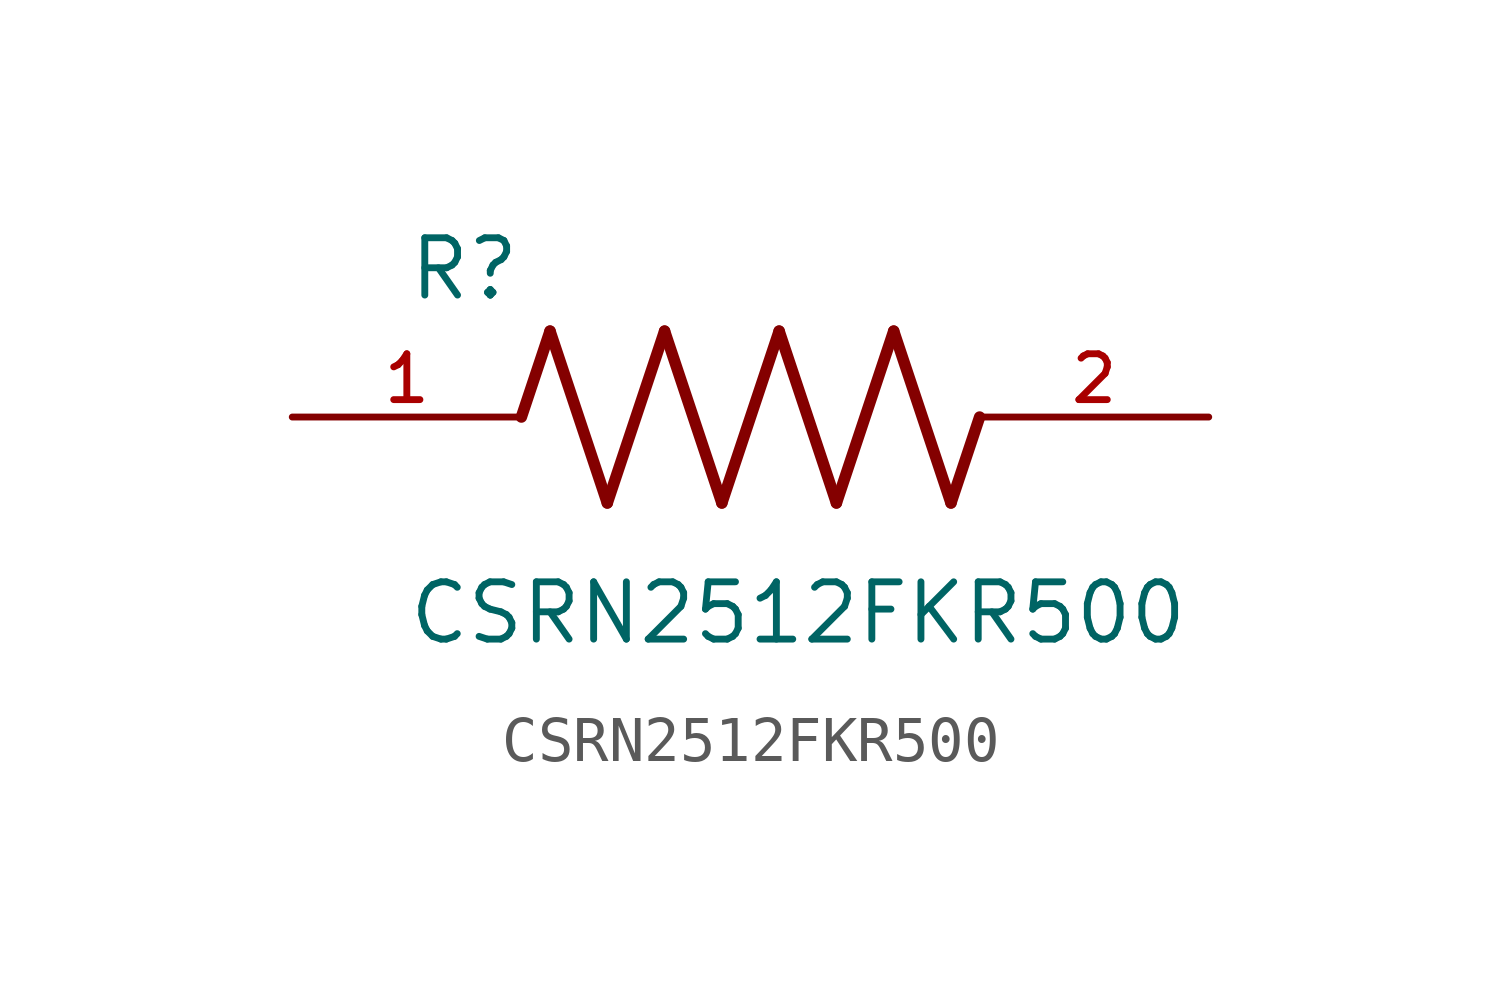
<source format=kicad_sym>
(kicad_symbol_lib
  (version 20211014)
  (generator kicad_symbol_editor)
  (symbol "CSRN2512FKR500"
    (pin_names
      (offset 1.016))
    (property "Reference" "R"
      (at -7.624 2.541 0)
      (effects (font (size 1.27 1.27)) (justify bottom left)))
    (property "Value" "CSRN2512FKR500"
      (at -7.63 -5.087 0)
      (effects (font (size 1.27 1.27)) (justify bottom left)))
    (symbol "CSRN2512FKR500_0_0"
      (polyline (pts (xy -5.08 0.0) (xy -4.445 1.905)) (stroke (width 0.254)))
      (polyline (pts (xy -4.445 1.905) (xy -3.175 -1.905)) (stroke (width 0.254)))
      (polyline (pts (xy -3.175 -1.905) (xy -1.905 1.905)) (stroke (width 0.254)))
      (polyline (pts (xy -1.905 1.905) (xy -0.635 -1.905)) (stroke (width 0.254)))
      (polyline (pts (xy -0.635 -1.905) (xy 0.635 1.905)) (stroke (width 0.254)))
      (polyline (pts (xy 0.635 1.905) (xy 1.905 -1.905)) (stroke (width 0.254)))
      (polyline (pts (xy 1.905 -1.905) (xy 3.175 1.905)) (stroke (width 0.254)))
      (polyline (pts (xy 3.175 1.905) (xy 4.445 -1.905)) (stroke (width 0.254)))
      (polyline (pts (xy 4.445 -1.905) (xy 5.08 0.0)) (stroke (width 0.254)))
      (pin passive line (at -10.16 0.0 0) (length 5.08) (name "~" (effects (font (size 1.016 1.016)))) (number "1" (effects (font (size 1.016 1.016)))))
      (pin passive line (at 10.16 0.0 180.0) (length 5.08) (name "~" (effects (font (size 1.016 1.016)))) (number "2" (effects (font (size 1.016 1.016))))))))
</source>
